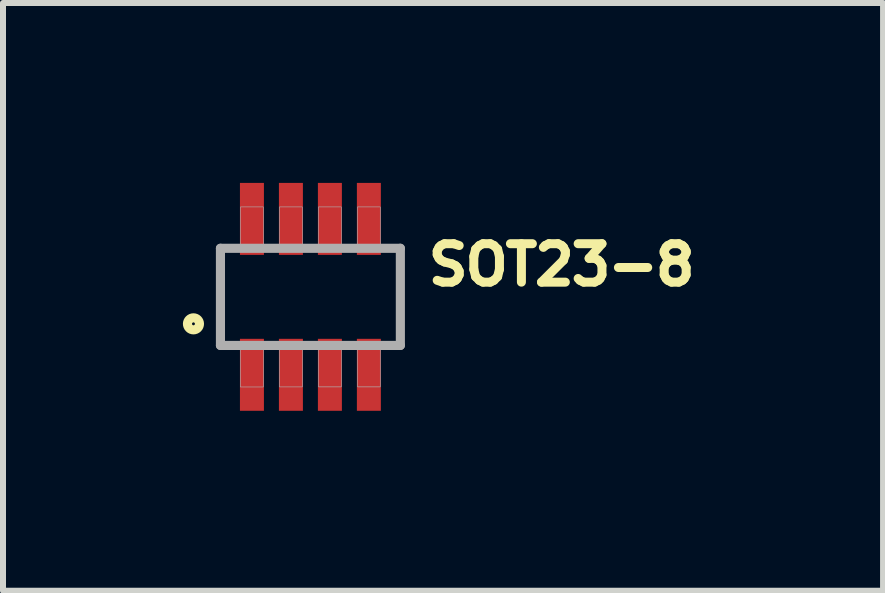
<source format=kicad_pcb>
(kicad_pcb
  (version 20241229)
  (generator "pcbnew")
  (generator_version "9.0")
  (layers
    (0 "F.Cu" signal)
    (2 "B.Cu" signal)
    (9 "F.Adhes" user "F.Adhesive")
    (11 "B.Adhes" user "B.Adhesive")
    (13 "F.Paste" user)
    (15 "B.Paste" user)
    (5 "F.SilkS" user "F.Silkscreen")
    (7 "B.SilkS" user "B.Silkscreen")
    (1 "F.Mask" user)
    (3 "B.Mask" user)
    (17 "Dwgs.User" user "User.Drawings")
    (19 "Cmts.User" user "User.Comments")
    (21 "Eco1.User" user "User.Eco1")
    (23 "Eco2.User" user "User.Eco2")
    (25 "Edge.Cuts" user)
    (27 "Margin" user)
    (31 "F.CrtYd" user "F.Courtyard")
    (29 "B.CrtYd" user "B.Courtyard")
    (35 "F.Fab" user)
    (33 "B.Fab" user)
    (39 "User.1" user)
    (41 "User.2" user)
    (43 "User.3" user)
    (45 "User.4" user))
  (footprint "SOT23-8"
    (layer "F.Cu")
    (at 2.126 1.9)
    (property "Reference" "SOT23-8" (at 4.19 -0.534 0) (layer "F.SilkS") (effects (font (size 0.641 0.641) (thickness 0.15))))
    (attr smd)
    (fp_circle (center -1.95 0.45) (end -1.85 0.45) (stroke (width 0.152) (type solid)) (fill no) (layer "F.SilkS"))
    (fp_line (start -1.5 -0.81) (end 1.5 -0.81) (stroke (width 0.152) (type solid)) (layer "F.Fab"))
    (fp_line (start -1.5 0.81) (end -1.5 -0.81) (stroke (width 0.152) (type solid)) (layer "F.Fab"))
    (fp_line (start 1.5 -0.81) (end 1.5 0.81) (stroke (width 0.152) (type solid)) (layer "F.Fab"))
    (fp_line (start 1.5 0.81) (end -1.5 0.81) (stroke (width 0.152) (type solid)) (layer "F.Fab"))
    (fp_poly (pts (xy -1.167 0.875) (xy -0.785 0.875) (xy -0.785 1.503) (xy -1.167 1.503)) (stroke (width 0.01) (type solid)) (fill no) (layer "F.Fab"))
    (fp_poly (pts (xy -1.166 -1.5) (xy -0.785 -1.5) (xy -0.785 -0.876) (xy -1.166 -0.876)) (stroke (width 0.01) (type solid)) (fill no) (layer "F.Fab"))
    (fp_poly (pts (xy -0.516 -1.5) (xy -0.135 -1.5) (xy -0.135 -0.877) (xy -0.516 -0.877)) (stroke (width 0.01) (type solid)) (fill no) (layer "F.Fab"))
    (fp_poly (pts (xy -0.516 0.875) (xy -0.135 0.875) (xy -0.135 1.502) (xy -0.516 1.502)) (stroke (width 0.01) (type solid)) (fill no) (layer "F.Fab"))
    (fp_poly (pts (xy 0.135 0.875) (xy 0.515 0.875) (xy 0.515 1.501) (xy 0.135 1.501)) (stroke (width 0.01) (type solid)) (fill no) (layer "F.Fab"))
    (fp_poly (pts (xy 0.135 -1.5) (xy 0.515 -1.5) (xy 0.515 -0.875) (xy 0.135 -0.875)) (stroke (width 0.01) (type solid)) (fill no) (layer "F.Fab"))
    (fp_poly (pts (xy 0.785 -1.5) (xy 1.165 -1.5) (xy 1.165 -0.875) (xy 0.785 -0.875)) (stroke (width 0.01) (type solid)) (fill no) (layer "F.Fab"))
    (fp_poly (pts (xy 0.786 0.875) (xy 1.165 0.875) (xy 1.165 1.501) (xy 0.786 1.501)) (stroke (width 0.01) (type solid)) (fill no) (layer "F.Fab"))
    (pad "1" smd rect (at -0.975 1.3) (size 0.4 1.2) (layers "F.Cu" "F.Mask" "F.Paste"))
    (pad "2" smd rect (at -0.325 1.3) (size 0.4 1.2) (layers "F.Cu" "F.Mask" "F.Paste"))
    (pad "3" smd rect (at 0.325 1.3) (size 0.4 1.2) (layers "F.Cu" "F.Mask" "F.Paste"))
    (pad "4" smd rect (at 0.975 1.3) (size 0.4 1.2) (layers "F.Cu" "F.Mask" "F.Paste"))
    (pad "5" smd rect (at 0.975 -1.3) (size 0.4 1.2) (layers "F.Cu" "F.Mask" "F.Paste"))
    (pad "6" smd rect (at 0.325 -1.3) (size 0.4 1.2) (layers "F.Cu" "F.Mask" "F.Paste"))
    (pad "7" smd rect (at -0.325 -1.3) (size 0.4 1.2) (layers "F.Cu" "F.Mask" "F.Paste"))
    (pad "8" smd rect (at -0.975 -1.3) (size 0.4 1.2) (layers "F.Cu" "F.Mask" "F.Paste")))
  (gr_rect
    (start -3 -3)
    (end 11.675 6.8)
    (stroke (width 0.1) (type default))
    (fill no)
    (layer "Edge.Cuts")))
</source>
